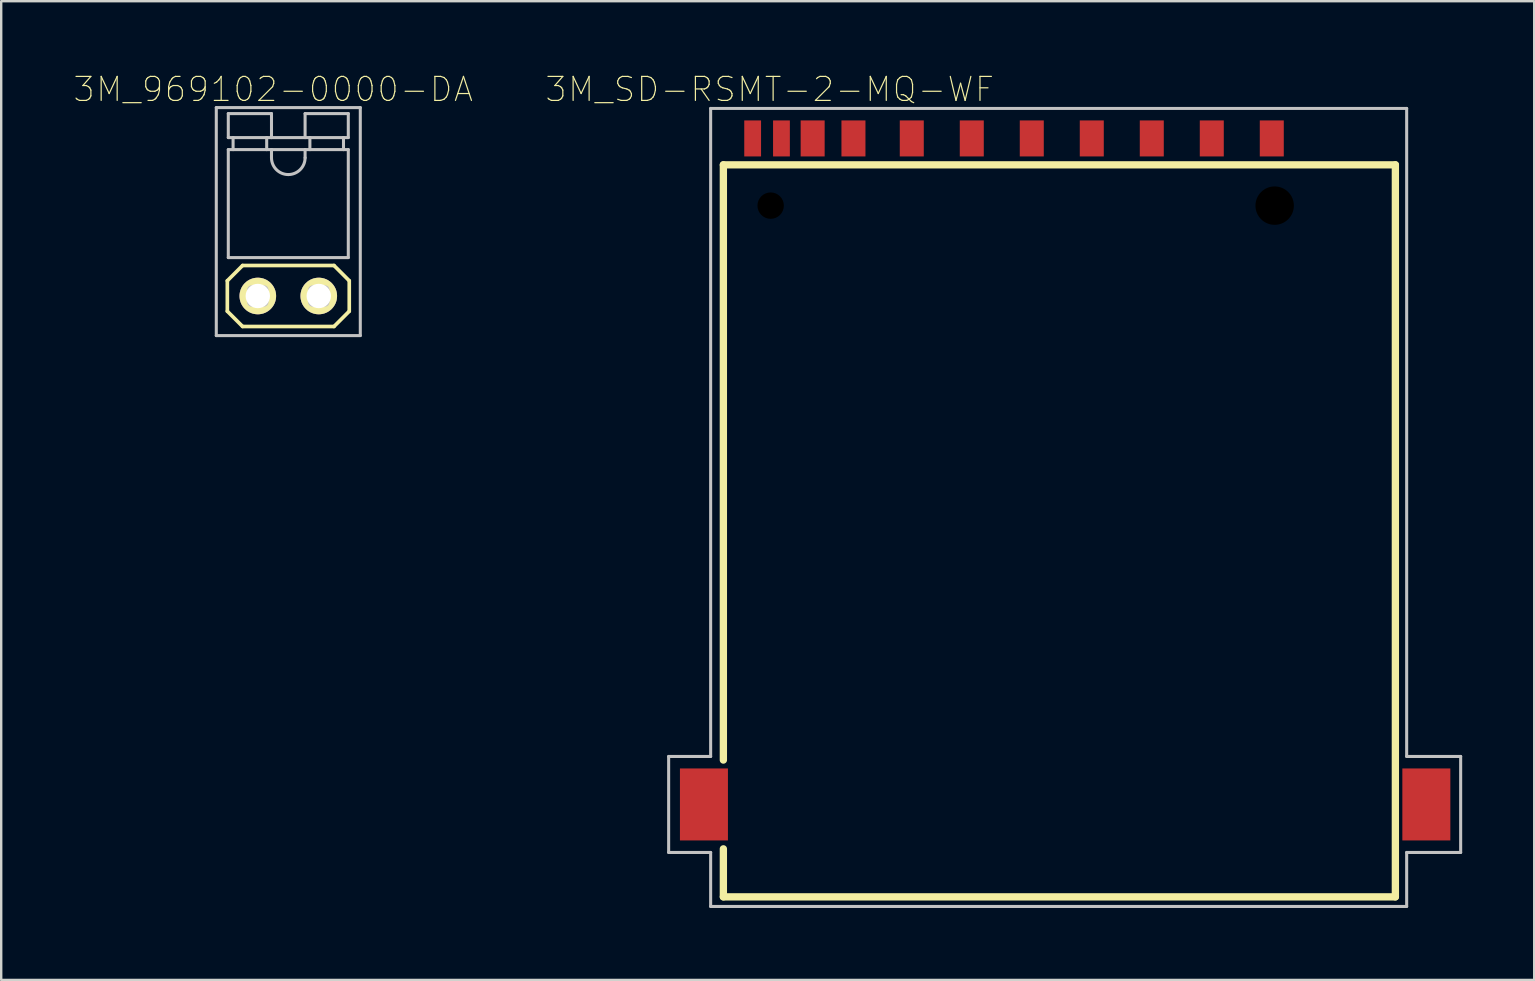
<source format=kicad_pcb>
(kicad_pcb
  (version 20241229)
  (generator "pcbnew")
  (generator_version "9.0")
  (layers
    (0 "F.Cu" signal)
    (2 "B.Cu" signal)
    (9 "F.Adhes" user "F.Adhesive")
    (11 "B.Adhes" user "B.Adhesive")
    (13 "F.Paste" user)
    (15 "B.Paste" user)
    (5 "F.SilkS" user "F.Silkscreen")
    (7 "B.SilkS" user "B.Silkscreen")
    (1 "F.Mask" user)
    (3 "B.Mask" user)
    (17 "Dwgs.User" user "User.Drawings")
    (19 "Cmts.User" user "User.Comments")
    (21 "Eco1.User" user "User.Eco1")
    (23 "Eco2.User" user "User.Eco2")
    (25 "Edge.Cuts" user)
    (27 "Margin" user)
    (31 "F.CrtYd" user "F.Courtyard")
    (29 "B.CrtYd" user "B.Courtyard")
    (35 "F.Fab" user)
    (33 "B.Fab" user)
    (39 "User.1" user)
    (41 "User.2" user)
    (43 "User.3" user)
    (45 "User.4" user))
  (footprint "3M_969102-0000-DA"
    (layer "F.Cu")
    (at 8.962 4.683)
    (property "Reference" "3M_969102-0000-DA" (at -0.63 -4.01 0) (layer "F.SilkS") (effects (font (size 1 1) (thickness 0.05))))
    (attr through_hole)
    (fp_line (start -2.54 3.965) (end -1.905 3.33) (stroke (width 0.152) (type solid)) (layer "F.SilkS"))
    (fp_line (start -2.54 5.235) (end -2.54 3.965) (stroke (width 0.152) (type solid)) (layer "F.SilkS"))
    (fp_line (start -1.905 3.33) (end 1.905 3.33) (stroke (width 0.152) (type solid)) (layer "F.SilkS"))
    (fp_line (start -1.905 5.87) (end -2.54 5.235) (stroke (width 0.152) (type solid)) (layer "F.SilkS"))
    (fp_line (start 1.905 5.87) (end -1.905 5.87) (stroke (width 0.152) (type solid)) (layer "F.SilkS"))
    (fp_line (start 1.905 5.87) (end 2.54 5.235) (stroke (width 0.152) (type solid)) (layer "F.SilkS"))
    (fp_line (start 2.54 3.965) (end 1.905 3.33) (stroke (width 0.152) (type solid)) (layer "F.SilkS"))
    (fp_line (start 2.54 5.235) (end 2.54 3.965) (stroke (width 0.152) (type solid)) (layer "F.SilkS"))
    (fp_line (start -3 -3.25) (end -3 6.25) (stroke (width 0.127) (type solid)) (layer "Dwgs.User"))
    (fp_line (start -3 6.25) (end 3 6.25) (stroke (width 0.127) (type solid)) (layer "Dwgs.User"))
    (fp_line (start -2.5 -3) (end -2.5 -2) (stroke (width 0.127) (type solid)) (layer "Dwgs.User"))
    (fp_line (start -2.5 -2) (end -2.3 -2) (stroke (width 0.127) (type solid)) (layer "Dwgs.User"))
    (fp_line (start -2.5 -1.5) (end -2.5 3) (stroke (width 0.127) (type solid)) (layer "Dwgs.User"))
    (fp_line (start -2.5 3) (end 2.5 3) (stroke (width 0.127) (type solid)) (layer "Dwgs.User"))
    (fp_line (start -2.3 -2) (end -2.3 -1.5) (stroke (width 0.127) (type solid)) (layer "Dwgs.User"))
    (fp_line (start -2.3 -2) (end -0.9 -2) (stroke (width 0.127) (type solid)) (layer "Dwgs.User"))
    (fp_line (start -2.3 -1.5) (end -2.5 -1.5) (stroke (width 0.127) (type solid)) (layer "Dwgs.User"))
    (fp_line (start -2.3 -1.5) (end -0.9 -1.5) (stroke (width 0.127) (type solid)) (layer "Dwgs.User"))
    (fp_line (start -0.9 -2) (end -0.9 -1.5) (stroke (width 0.127) (type solid)) (layer "Dwgs.User"))
    (fp_line (start -0.9 -2) (end -0.7 -2) (stroke (width 0.127) (type solid)) (layer "Dwgs.User"))
    (fp_line (start -0.9 -1.5) (end -0.7 -1.5) (stroke (width 0.127) (type solid)) (layer "Dwgs.User"))
    (fp_line (start -0.7 -3) (end -2.5 -3) (stroke (width 0.127) (type solid)) (layer "Dwgs.User"))
    (fp_line (start -0.7 -2) (end -0.7 -3) (stroke (width 0.127) (type solid)) (layer "Dwgs.User"))
    (fp_line (start -0.7 -2) (end 0.7 -2) (stroke (width 0.127) (type solid)) (layer "Dwgs.User"))
    (fp_line (start -0.7 -1.5) (end 0.7 -1.5) (stroke (width 0.127) (type solid)) (layer "Dwgs.User"))
    (fp_line (start -0.7 -1.16) (end -0.7 -1.5) (stroke (width 0.127) (type solid)) (layer "Dwgs.User"))
    (fp_line (start 0.7 -3) (end 0.7 -2) (stroke (width 0.127) (type solid)) (layer "Dwgs.User"))
    (fp_line (start 0.7 -2) (end 0.9 -2) (stroke (width 0.127) (type solid)) (layer "Dwgs.User"))
    (fp_line (start 0.7 -1.5) (end 0.7 -1.16) (stroke (width 0.127) (type solid)) (layer "Dwgs.User"))
    (fp_line (start 0.7 -1.5) (end 0.9 -1.5) (stroke (width 0.127) (type solid)) (layer "Dwgs.User"))
    (fp_line (start 0.9 -2) (end 0.9 -1.5) (stroke (width 0.127) (type solid)) (layer "Dwgs.User"))
    (fp_line (start 0.9 -2) (end 2.3 -2) (stroke (width 0.127) (type solid)) (layer "Dwgs.User"))
    (fp_line (start 0.9 -1.5) (end 2.3 -1.5) (stroke (width 0.127) (type solid)) (layer "Dwgs.User"))
    (fp_line (start 2.3 -2) (end 2.5 -2) (stroke (width 0.127) (type solid)) (layer "Dwgs.User"))
    (fp_line (start 2.3 -1.5) (end 2.3 -2) (stroke (width 0.127) (type solid)) (layer "Dwgs.User"))
    (fp_line (start 2.5 -3) (end 0.7 -3) (stroke (width 0.127) (type solid)) (layer "Dwgs.User"))
    (fp_line (start 2.5 -2) (end 2.5 -3) (stroke (width 0.127) (type solid)) (layer "Dwgs.User"))
    (fp_line (start 2.5 -1.5) (end 2.3 -1.5) (stroke (width 0.127) (type solid)) (layer "Dwgs.User"))
    (fp_line (start 2.5 3) (end 2.5 -1.5) (stroke (width 0.127) (type solid)) (layer "Dwgs.User"))
    (fp_line (start 3 -3.25) (end -3 -3.25) (stroke (width 0.127) (type solid)) (layer "Dwgs.User"))
    (fp_line (start 3 6.25) (end 3 -3.25) (stroke (width 0.127) (type solid)) (layer "Dwgs.User"))
    (fp_arc (start 0 -0.46) (mid -0.494975 -0.665025) (end -0.7 -1.16) (stroke (width 0.127) (type solid)) (layer "Dwgs.User"))
    (fp_arc (start 0.7 -1.16) (mid 0.494975 -0.665025) (end 0 -0.46) (stroke (width 0.127) (type solid)) (layer "Dwgs.User"))
    (fp_poly (pts (xy -1.524 4.854) (xy -1.524 4.346) (xy -1.016 4.346) (xy -1.016 4.854)) (stroke (width 0.381) (type solid)) (fill no) (layer "Dwgs.User"))
    (fp_poly (pts (xy 1.016 4.854) (xy 1.016 4.346) (xy 1.524 4.346) (xy 1.524 4.854)) (stroke (width 0.381) (type solid)) (fill no) (layer "Dwgs.User"))
    (pad "1" thru_hole circle (at -1.27 4.6 90) (size 1.524 1.524) (drill 1.016) (layers "*.Cu" "*.Mask" "F.SilkS"))
    (pad "2" thru_hole circle (at 1.27 4.6 90) (size 1.524 1.524) (drill 1.016) (layers "*.Cu" "*.Mask" "F.SilkS")))
  (footprint "3M_SD-RSMT-2-MQ-WF"
    (layer "F.Cu")
    (at 40.56 2.718)
    (property "Reference" "3M_SD-RSMT-2-MQ-WF" (at -11.54 -2.045 0) (layer "F.SilkS") (effects (font (size 1 1) (thickness 0.05))))
    (attr smd)
    (fp_line (start -13.47 1.1) (end 14.53 1.1) (stroke (width 0.305) (type solid)) (layer "F.SilkS"))
    (fp_line (start -13.47 25.9) (end -13.47 1.1) (stroke (width 0.305) (type solid)) (layer "F.SilkS"))
    (fp_line (start -13.47 31.6) (end -13.47 29.6) (stroke (width 0.305) (type solid)) (layer "F.SilkS"))
    (fp_line (start 14.53 1.1) (end 14.53 31.6) (stroke (width 0.305) (type solid)) (layer "F.SilkS"))
    (fp_line (start 14.53 31.6) (end -13.47 31.6) (stroke (width 0.305) (type solid)) (layer "F.SilkS"))
    (fp_line (start -15.75 25.75) (end -15.75 29.75) (stroke (width 0.127) (type solid)) (layer "Dwgs.User"))
    (fp_line (start -15.75 29.75) (end -14 29.75) (stroke (width 0.127) (type solid)) (layer "Dwgs.User"))
    (fp_line (start -14 -1.25) (end -14 25.75) (stroke (width 0.127) (type solid)) (layer "Dwgs.User"))
    (fp_line (start -14 25.75) (end -15.75 25.75) (stroke (width 0.127) (type solid)) (layer "Dwgs.User"))
    (fp_line (start -14 29.75) (end -14 32) (stroke (width 0.127) (type solid)) (layer "Dwgs.User"))
    (fp_line (start -14 32) (end 15 32) (stroke (width 0.127) (type solid)) (layer "Dwgs.User"))
    (fp_line (start 15 -1.25) (end -14 -1.25) (stroke (width 0.127) (type solid)) (layer "Dwgs.User"))
    (fp_line (start 15 25.75) (end 15 -1.25) (stroke (width 0.127) (type solid)) (layer "Dwgs.User"))
    (fp_line (start 15 29.75) (end 17.25 29.75) (stroke (width 0.127) (type solid)) (layer "Dwgs.User"))
    (fp_line (start 15 32) (end 15 29.75) (stroke (width 0.127) (type solid)) (layer "Dwgs.User"))
    (fp_line (start 17.25 25.75) (end 15 25.75) (stroke (width 0.127) (type solid)) (layer "Dwgs.User"))
    (fp_line (start 17.25 29.75) (end 17.25 25.75) (stroke (width 0.127) (type solid)) (layer "Dwgs.User"))
    (pad "" np_thru_hole circle (at -11.5 2.8) (size 1.1 1.1) (drill 1.1) (layers))
    (pad "" np_thru_hole circle (at 9.5 2.8) (size 1.6 1.6) (drill 1.6) (layers))
    (pad "1" smd rect (at 6.88 0 90) (size 1.5 1) (layers "F.Cu" "F.Mask" "F.Paste"))
    (pad "2" smd rect (at 4.38 0 90) (size 1.5 1) (layers "F.Cu" "F.Mask" "F.Paste"))
    (pad "3" smd rect (at 1.88 0 90) (size 1.5 1) (layers "F.Cu" "F.Mask" "F.Paste"))
    (pad "4" smd rect (at -0.62 0 90) (size 1.5 1) (layers "F.Cu" "F.Mask" "F.Paste"))
    (pad "5" smd rect (at -3.12 0 90) (size 1.5 1) (layers "F.Cu" "F.Mask" "F.Paste"))
    (pad "6" smd rect (at -5.62 0 90) (size 1.5 1) (layers "F.Cu" "F.Mask" "F.Paste"))
    (pad "7" smd rect (at -8.05 0 90) (size 1.5 1) (layers "F.Cu" "F.Mask" "F.Paste"))
    (pad "8" smd rect (at -9.75 0 90) (size 1.5 1) (layers "F.Cu" "F.Mask" "F.Paste"))
    (pad "9" smd rect (at 9.38 0 90) (size 1.5 1) (layers "F.Cu" "F.Mask" "F.Paste"))
    (pad "CDI" smd rect (at -11.05 0 90) (size 1.5 0.7) (layers "F.Cu" "F.Mask" "F.Paste"))
    (pad "GPAD" smd rect (at -14.28 27.75 90) (size 3 2) (layers "F.Cu" "F.Mask" "F.Paste"))
    (pad "GPAD" smd rect (at 15.82 27.75 90) (size 3 2) (layers "F.Cu" "F.Mask" "F.Paste"))
    (pad "WP" smd rect (at -12.25 0 90) (size 1.5 0.7) (layers "F.Cu" "F.Mask" "F.Paste")))
  (gr_rect
    (start -3 -3)
    (end 60.874 37.781)
    (stroke (width 0.1) (type default))
    (fill no)
    (layer "Edge.Cuts")))
</source>
